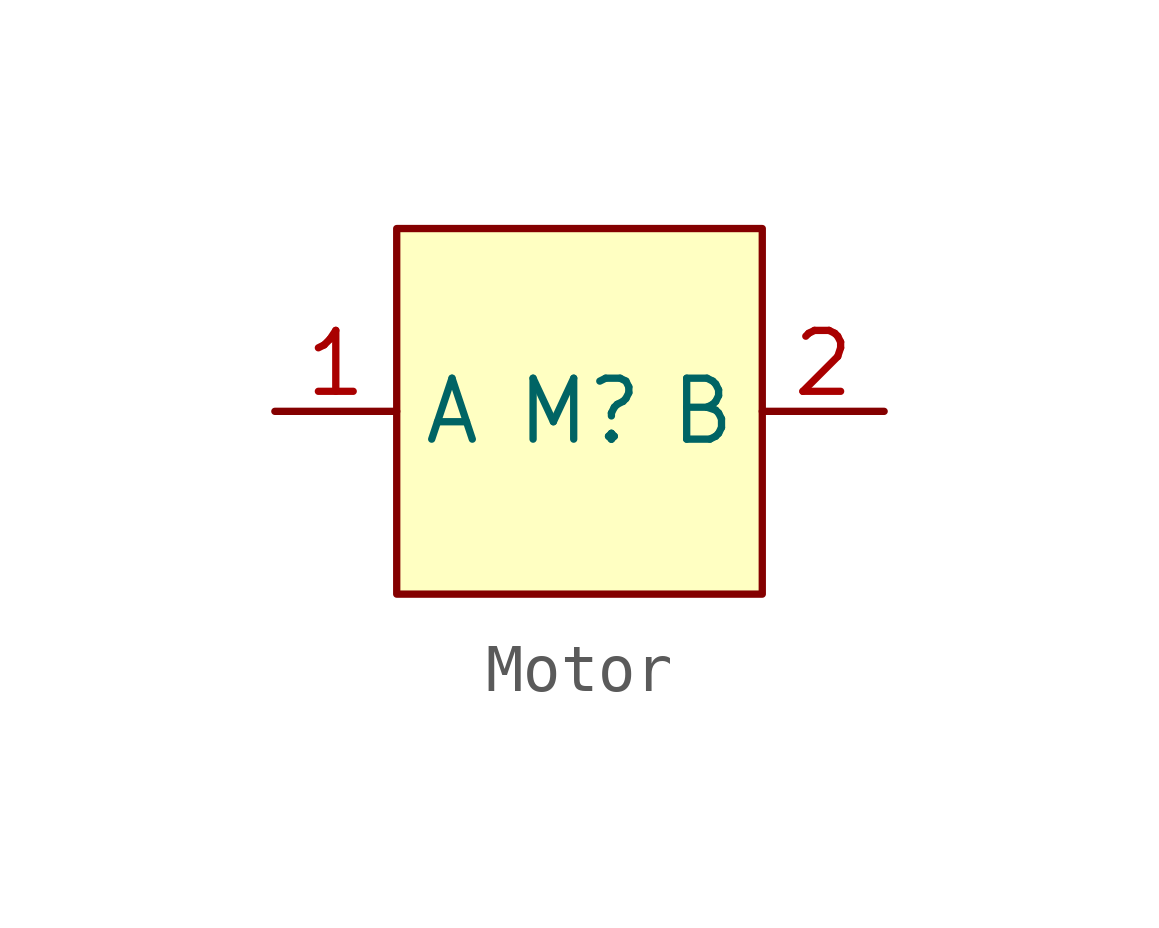
<source format=kicad_sym>
(kicad_symbol_lib
  (version 20231120)
  (generator "kicad_symbol_editor")
  (generator_version "8.0")
  (symbol "Motor"
    (property "Reference" "M"
      (at 0 0 0)
      (effects (font (size 1.27 1.27))))
    (property "Value" ""
      (at 0 0 0)
      (effects (font (size 1.27 1.27))))
    (symbol "Motor_1_1"
      (rectangle (start -3.81 3.81) (end 3.81 -3.81) (stroke (width 0) (type default)) (fill (type background)))
      (pin input line (at -6.35 0 0) (length 2.54) (name "A" (effects (font (size 1.27 1.27)))) (number "1" (effects (font (size 1.27 1.27)))))
      (pin input line (at 6.35 0 180) (length 2.54) (name "B" (effects (font (size 1.27 1.27)))) (number "2" (effects (font (size 1.27 1.27))))))))
</source>
